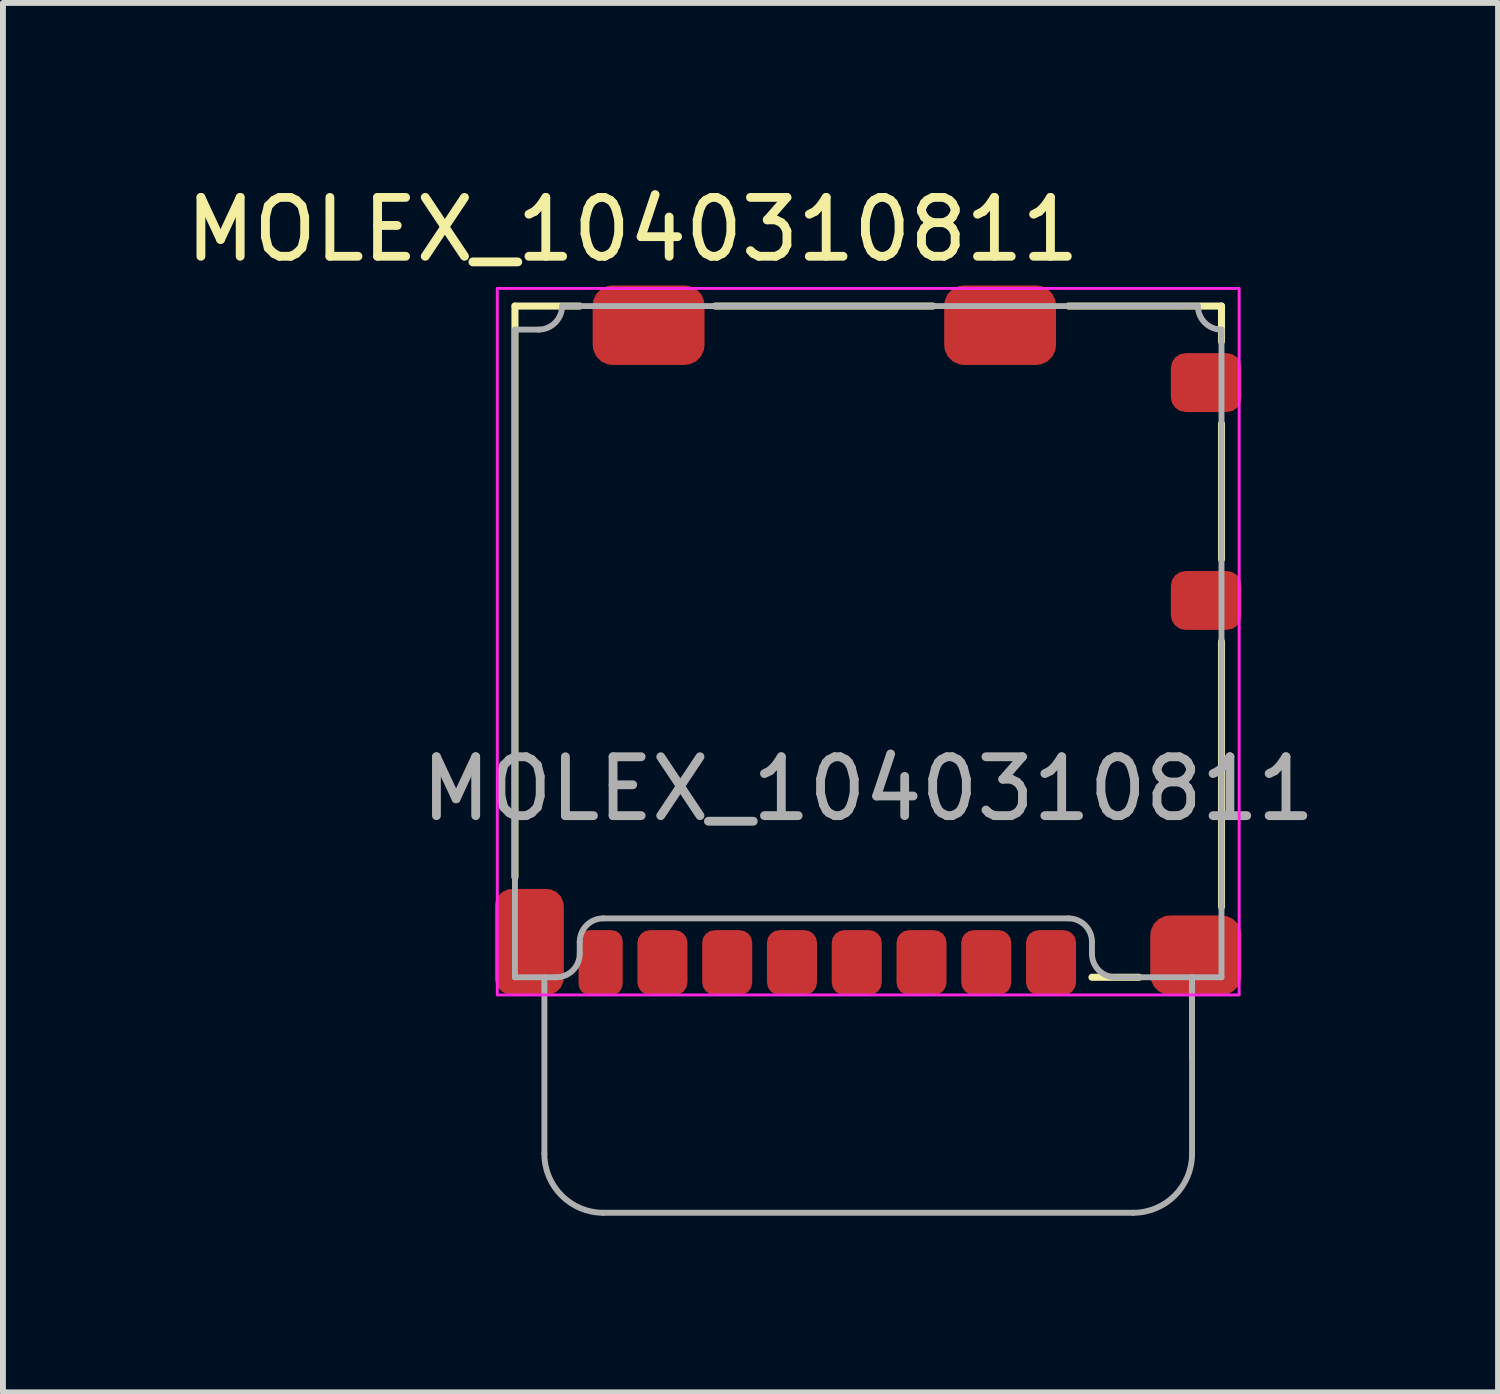
<source format=kicad_pcb>
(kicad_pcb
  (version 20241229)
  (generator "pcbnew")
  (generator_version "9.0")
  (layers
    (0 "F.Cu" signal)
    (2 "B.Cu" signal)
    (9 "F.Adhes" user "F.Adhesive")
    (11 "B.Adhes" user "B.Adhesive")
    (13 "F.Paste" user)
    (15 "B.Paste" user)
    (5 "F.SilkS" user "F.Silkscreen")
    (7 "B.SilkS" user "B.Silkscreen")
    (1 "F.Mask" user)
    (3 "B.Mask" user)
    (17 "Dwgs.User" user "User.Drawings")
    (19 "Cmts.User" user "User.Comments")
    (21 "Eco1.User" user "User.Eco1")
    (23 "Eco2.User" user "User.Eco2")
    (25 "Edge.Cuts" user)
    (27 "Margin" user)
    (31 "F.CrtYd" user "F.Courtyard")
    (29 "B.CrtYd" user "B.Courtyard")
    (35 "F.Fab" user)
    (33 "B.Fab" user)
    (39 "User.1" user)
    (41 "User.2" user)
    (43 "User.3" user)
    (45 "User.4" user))
  (footprint "MOLEX_1040310811"
    (layer "F.Cu")
    (at 11.696 7.848)
    (property "Reference" "MOLEX_1040310811" (at -4 -7 0) (layer "F.SilkS") (effects (font (size 1 1) (thickness 0.15))))
    (attr smd)
    (fp_line (start -6 -5.7) (end -6 4) (stroke (width 0.12) (type solid)) (layer "F.SilkS"))
    (fp_line (start -4.9 -5.7) (end -6 -5.7) (stroke (width 0.12) (type solid)) (layer "F.SilkS"))
    (fp_line (start -2.6 -5.7) (end 1.1 -5.7) (stroke (width 0.12) (type solid)) (layer "F.SilkS"))
    (fp_line (start 3.8 5.7) (end 4.6 5.7) (stroke (width 0.12) (type solid)) (layer "F.SilkS"))
    (fp_line (start 6 -5.7) (end 3.4 -5.7) (stroke (width 0.12) (type solid)) (layer "F.SilkS"))
    (fp_line (start 6 -5.1) (end 6 -5.7) (stroke (width 0.12) (type solid)) (layer "F.SilkS"))
    (fp_line (start 6 -1.4) (end 6 -3.7) (stroke (width 0.12) (type solid)) (layer "F.SilkS"))
    (fp_line (start 6 0) (end 6 4.5) (stroke (width 0.12) (type solid)) (layer "F.SilkS"))
    (fp_rect (start -6.3 -6) (end 6.3 6) (stroke (width 0.05) (type solid)) (fill no) (layer "F.CrtYd"))
    (fp_line (start -6 -5.3) (end -6 5.7) (stroke (width 0.1) (type solid)) (layer "F.Fab"))
    (fp_line (start -6 5.7) (end -5.3 5.7) (stroke (width 0.1) (type solid)) (layer "F.Fab"))
    (fp_line (start -5.6 -5.3) (end -6 -5.3) (stroke (width 0.1) (type solid)) (layer "F.Fab"))
    (fp_line (start -5.5 8.7) (end -5.5 5.7) (stroke (width 0.1) (type solid)) (layer "F.Fab"))
    (fp_line (start -4.9 5.1) (end -4.9 5.3) (stroke (width 0.1) (type solid)) (layer "F.Fab"))
    (fp_line (start -4.5 4.7) (end 3.4 4.7) (stroke (width 0.1) (type solid)) (layer "F.Fab"))
    (fp_line (start 3.8 5.1) (end 3.8 5.3) (stroke (width 0.1) (type solid)) (layer "F.Fab"))
    (fp_line (start 4.2 5.7) (end 6 5.7) (stroke (width 0.1) (type solid)) (layer "F.Fab"))
    (fp_line (start 4.5 9.7) (end -4.5 9.7) (stroke (width 0.1) (type solid)) (layer "F.Fab"))
    (fp_line (start 5.5 5.7) (end 5.5 8.7) (stroke (width 0.1) (type solid)) (layer "F.Fab"))
    (fp_line (start 5.5 7.1) (end 5.5 5.7) (stroke (width 0.1) (type solid)) (layer "F.Fab"))
    (fp_line (start 5.6 -5.7) (end -5.2 -5.7) (stroke (width 0.1) (type solid)) (layer "F.Fab"))
    (fp_line (start 6 5.7) (end 6 -5.3) (stroke (width 0.1) (type solid)) (layer "F.Fab"))
    (fp_arc (start -5.2 -5.7) (mid -5.317157 -5.417157) (end -5.6 -5.3) (stroke (width 0.1) (type solid)) (layer "F.Fab"))
    (fp_arc (start -4.9 5.1) (mid -4.782843 4.817157) (end -4.5 4.7) (stroke (width 0.1) (type solid)) (layer "F.Fab"))
    (fp_arc (start -4.9 5.3) (mid -5.017157 5.582843) (end -5.3 5.7) (stroke (width 0.1) (type solid)) (layer "F.Fab"))
    (fp_arc (start -4.5 9.7) (mid -5.207107 9.407107) (end -5.5 8.7) (stroke (width 0.1) (type solid)) (layer "F.Fab"))
    (fp_arc (start 3.4 4.7) (mid 3.682843 4.817157) (end 3.8 5.1) (stroke (width 0.1) (type solid)) (layer "F.Fab"))
    (fp_arc (start 4.2 5.7) (mid 3.917157 5.582843) (end 3.8 5.3) (stroke (width 0.1) (type solid)) (layer "F.Fab"))
    (fp_arc (start 5.5 8.7) (mid 5.207107 9.407107) (end 4.5 9.7) (stroke (width 0.1) (type solid)) (layer "F.Fab"))
    (fp_arc (start 6 -5.3) (mid 5.717157 -5.417157) (end 5.6 -5.7) (stroke (width 0.1) (type solid)) (layer "F.Fab"))
    (fp_text user "${REFERENCE}" (at 0 2.5 0) (unlocked yes) (layer "F.Fab") (effects (font (size 1 1) (thickness 0.15))))
    (pad "1" smd roundrect (at 3.105 5.45 90) (size 1.1 0.85) (layers "F.Cu" "F.Mask" "F.Paste") (roundrect_rratio 0.25))
    (pad "2" smd roundrect (at 2.005 5.45 90) (size 1.1 0.85) (layers "F.Cu" "F.Mask" "F.Paste") (roundrect_rratio 0.25))
    (pad "3" smd roundrect (at 0.905 5.45 90) (size 1.1 0.85) (layers "F.Cu" "F.Mask" "F.Paste") (roundrect_rratio 0.25))
    (pad "4" smd roundrect (at -0.195 5.45 90) (size 1.1 0.85) (layers "F.Cu" "F.Mask" "F.Paste") (roundrect_rratio 0.25))
    (pad "5" smd roundrect (at -1.295 5.45 90) (size 1.1 0.85) (layers "F.Cu" "F.Mask" "F.Paste") (roundrect_rratio 0.25))
    (pad "6" smd roundrect (at -2.395 5.45 90) (size 1.1 0.85) (layers "F.Cu" "F.Mask" "F.Paste") (roundrect_rratio 0.25))
    (pad "7" smd roundrect (at -3.495 5.45 90) (size 1.1 0.85) (layers "F.Cu" "F.Mask" "F.Paste") (roundrect_rratio 0.25))
    (pad "8" smd roundrect (at -4.545 5.45 90) (size 1.1 0.75) (layers "F.Cu" "F.Mask" "F.Paste") (roundrect_rratio 0.25))
    (pad "9" smd roundrect (at 5.74 -4.4 180) (size 1.2 1) (layers "F.Cu" "F.Mask" "F.Paste") (roundrect_rratio 0.25))
    (pad "10" smd roundrect (at 5.74 -0.7 180) (size 1.2 1) (layers "F.Cu" "F.Mask" "F.Paste") (roundrect_rratio 0.25))
    (pad "11" smd roundrect (at -5.755 5.1 90) (size 1.8 1.17) (layers "F.Cu" "F.Mask" "F.Paste") (roundrect_rratio 0.25))
    (pad "11" smd roundrect (at -3.73 -5.375 180) (size 1.9 1.35) (layers "F.Cu" "F.Mask" "F.Paste") (roundrect_rratio 0.25))
    (pad "11" smd roundrect (at 2.24 -5.375 180) (size 1.9 1.35) (layers "F.Cu" "F.Mask" "F.Paste") (roundrect_rratio 0.25))
    (pad "11" smd roundrect (at 5.565 5.325 180) (size 1.55 1.35) (layers "F.Cu" "F.Mask" "F.Paste") (roundrect_rratio 0.25)))
  (gr_rect
    (start -3 -3)
    (end 22.393 20.598)
    (stroke (width 0.1) (type default))
    (fill no)
    (layer "Edge.Cuts")))
</source>
